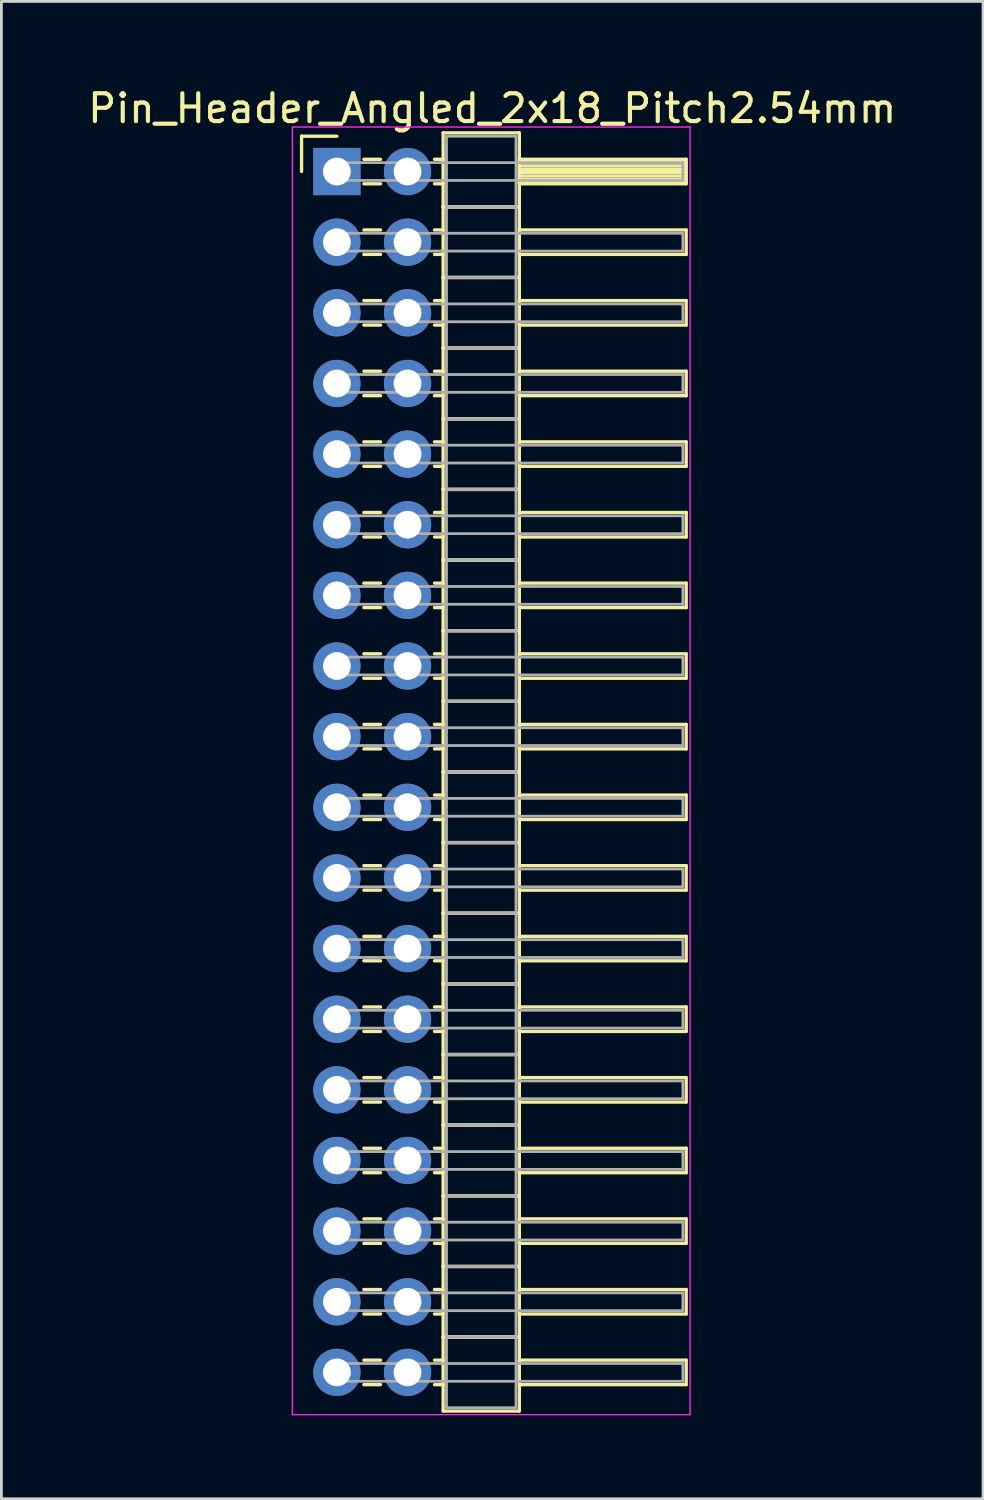
<source format=kicad_pcb>
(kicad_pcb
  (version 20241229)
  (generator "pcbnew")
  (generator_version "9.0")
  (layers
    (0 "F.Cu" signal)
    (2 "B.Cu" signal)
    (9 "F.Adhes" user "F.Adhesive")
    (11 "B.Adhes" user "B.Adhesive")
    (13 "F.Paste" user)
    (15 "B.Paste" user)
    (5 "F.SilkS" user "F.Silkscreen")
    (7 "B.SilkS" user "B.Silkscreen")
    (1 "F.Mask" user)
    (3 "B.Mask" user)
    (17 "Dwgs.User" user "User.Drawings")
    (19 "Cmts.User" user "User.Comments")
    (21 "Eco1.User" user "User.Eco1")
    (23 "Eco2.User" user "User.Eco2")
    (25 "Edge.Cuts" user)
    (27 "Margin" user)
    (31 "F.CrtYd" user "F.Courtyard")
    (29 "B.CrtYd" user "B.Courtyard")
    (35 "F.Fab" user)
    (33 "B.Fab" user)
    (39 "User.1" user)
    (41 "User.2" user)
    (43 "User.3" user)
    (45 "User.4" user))
  (footprint "Pin_Header_Angled_2x18_Pitch2.54mm"
    (layer "F.Cu")
    (at 9.064 3.118)
    (property "Reference" "Pin_Header_Angled_2x18_Pitch2.54mm" (at 5.585 -2.27 0) (layer "F.SilkS") (effects (font (size 1 1) (thickness 0.15))))
    (attr through_hole)
    (fp_line (start -1.27 -1.27) (end 0 -1.27) (stroke (width 0.12) (type solid)) (layer "F.SilkS"))
    (fp_line (start -1.27 0) (end -1.27 -1.27) (stroke (width 0.12) (type solid)) (layer "F.SilkS"))
    (fp_line (start 0.97 -0.44) (end 1.57 -0.44) (stroke (width 0.12) (type solid)) (layer "F.SilkS"))
    (fp_line (start 0.97 0.44) (end 1.57 0.44) (stroke (width 0.12) (type solid)) (layer "F.SilkS"))
    (fp_line (start 0.97 2.1) (end 1.57 2.1) (stroke (width 0.12) (type solid)) (layer "F.SilkS"))
    (fp_line (start 0.97 2.98) (end 1.57 2.98) (stroke (width 0.12) (type solid)) (layer "F.SilkS"))
    (fp_line (start 0.97 4.64) (end 1.57 4.64) (stroke (width 0.12) (type solid)) (layer "F.SilkS"))
    (fp_line (start 0.97 5.52) (end 1.57 5.52) (stroke (width 0.12) (type solid)) (layer "F.SilkS"))
    (fp_line (start 0.97 7.18) (end 1.57 7.18) (stroke (width 0.12) (type solid)) (layer "F.SilkS"))
    (fp_line (start 0.97 8.06) (end 1.57 8.06) (stroke (width 0.12) (type solid)) (layer "F.SilkS"))
    (fp_line (start 0.97 9.72) (end 1.57 9.72) (stroke (width 0.12) (type solid)) (layer "F.SilkS"))
    (fp_line (start 0.97 10.6) (end 1.57 10.6) (stroke (width 0.12) (type solid)) (layer "F.SilkS"))
    (fp_line (start 0.97 12.26) (end 1.57 12.26) (stroke (width 0.12) (type solid)) (layer "F.SilkS"))
    (fp_line (start 0.97 13.14) (end 1.57 13.14) (stroke (width 0.12) (type solid)) (layer "F.SilkS"))
    (fp_line (start 0.97 14.8) (end 1.57 14.8) (stroke (width 0.12) (type solid)) (layer "F.SilkS"))
    (fp_line (start 0.97 15.68) (end 1.57 15.68) (stroke (width 0.12) (type solid)) (layer "F.SilkS"))
    (fp_line (start 0.97 17.34) (end 1.57 17.34) (stroke (width 0.12) (type solid)) (layer "F.SilkS"))
    (fp_line (start 0.97 18.22) (end 1.57 18.22) (stroke (width 0.12) (type solid)) (layer "F.SilkS"))
    (fp_line (start 0.97 19.88) (end 1.57 19.88) (stroke (width 0.12) (type solid)) (layer "F.SilkS"))
    (fp_line (start 0.97 20.76) (end 1.57 20.76) (stroke (width 0.12) (type solid)) (layer "F.SilkS"))
    (fp_line (start 0.97 22.42) (end 1.57 22.42) (stroke (width 0.12) (type solid)) (layer "F.SilkS"))
    (fp_line (start 0.97 23.3) (end 1.57 23.3) (stroke (width 0.12) (type solid)) (layer "F.SilkS"))
    (fp_line (start 0.97 24.96) (end 1.57 24.96) (stroke (width 0.12) (type solid)) (layer "F.SilkS"))
    (fp_line (start 0.97 25.84) (end 1.57 25.84) (stroke (width 0.12) (type solid)) (layer "F.SilkS"))
    (fp_line (start 0.97 27.5) (end 1.57 27.5) (stroke (width 0.12) (type solid)) (layer "F.SilkS"))
    (fp_line (start 0.97 28.38) (end 1.57 28.38) (stroke (width 0.12) (type solid)) (layer "F.SilkS"))
    (fp_line (start 0.97 30.04) (end 1.57 30.04) (stroke (width 0.12) (type solid)) (layer "F.SilkS"))
    (fp_line (start 0.97 30.92) (end 1.57 30.92) (stroke (width 0.12) (type solid)) (layer "F.SilkS"))
    (fp_line (start 0.97 32.58) (end 1.57 32.58) (stroke (width 0.12) (type solid)) (layer "F.SilkS"))
    (fp_line (start 0.97 33.46) (end 1.57 33.46) (stroke (width 0.12) (type solid)) (layer "F.SilkS"))
    (fp_line (start 0.97 35.12) (end 1.57 35.12) (stroke (width 0.12) (type solid)) (layer "F.SilkS"))
    (fp_line (start 0.97 36) (end 1.57 36) (stroke (width 0.12) (type solid)) (layer "F.SilkS"))
    (fp_line (start 0.97 37.66) (end 1.57 37.66) (stroke (width 0.12) (type solid)) (layer "F.SilkS"))
    (fp_line (start 0.97 38.54) (end 1.57 38.54) (stroke (width 0.12) (type solid)) (layer "F.SilkS"))
    (fp_line (start 0.97 40.2) (end 1.57 40.2) (stroke (width 0.12) (type solid)) (layer "F.SilkS"))
    (fp_line (start 0.97 41.08) (end 1.57 41.08) (stroke (width 0.12) (type solid)) (layer "F.SilkS"))
    (fp_line (start 0.97 42.74) (end 1.57 42.74) (stroke (width 0.12) (type solid)) (layer "F.SilkS"))
    (fp_line (start 0.97 43.62) (end 1.57 43.62) (stroke (width 0.12) (type solid)) (layer "F.SilkS"))
    (fp_line (start 3.51 -0.44) (end 3.82 -0.44) (stroke (width 0.12) (type solid)) (layer "F.SilkS"))
    (fp_line (start 3.51 0.44) (end 3.82 0.44) (stroke (width 0.12) (type solid)) (layer "F.SilkS"))
    (fp_line (start 3.51 2.1) (end 3.82 2.1) (stroke (width 0.12) (type solid)) (layer "F.SilkS"))
    (fp_line (start 3.51 2.98) (end 3.82 2.98) (stroke (width 0.12) (type solid)) (layer "F.SilkS"))
    (fp_line (start 3.51 4.64) (end 3.82 4.64) (stroke (width 0.12) (type solid)) (layer "F.SilkS"))
    (fp_line (start 3.51 5.52) (end 3.82 5.52) (stroke (width 0.12) (type solid)) (layer "F.SilkS"))
    (fp_line (start 3.51 7.18) (end 3.82 7.18) (stroke (width 0.12) (type solid)) (layer "F.SilkS"))
    (fp_line (start 3.51 8.06) (end 3.82 8.06) (stroke (width 0.12) (type solid)) (layer "F.SilkS"))
    (fp_line (start 3.51 9.72) (end 3.82 9.72) (stroke (width 0.12) (type solid)) (layer "F.SilkS"))
    (fp_line (start 3.51 10.6) (end 3.82 10.6) (stroke (width 0.12) (type solid)) (layer "F.SilkS"))
    (fp_line (start 3.51 12.26) (end 3.82 12.26) (stroke (width 0.12) (type solid)) (layer "F.SilkS"))
    (fp_line (start 3.51 13.14) (end 3.82 13.14) (stroke (width 0.12) (type solid)) (layer "F.SilkS"))
    (fp_line (start 3.51 14.8) (end 3.82 14.8) (stroke (width 0.12) (type solid)) (layer "F.SilkS"))
    (fp_line (start 3.51 15.68) (end 3.82 15.68) (stroke (width 0.12) (type solid)) (layer "F.SilkS"))
    (fp_line (start 3.51 17.34) (end 3.82 17.34) (stroke (width 0.12) (type solid)) (layer "F.SilkS"))
    (fp_line (start 3.51 18.22) (end 3.82 18.22) (stroke (width 0.12) (type solid)) (layer "F.SilkS"))
    (fp_line (start 3.51 19.88) (end 3.82 19.88) (stroke (width 0.12) (type solid)) (layer "F.SilkS"))
    (fp_line (start 3.51 20.76) (end 3.82 20.76) (stroke (width 0.12) (type solid)) (layer "F.SilkS"))
    (fp_line (start 3.51 22.42) (end 3.82 22.42) (stroke (width 0.12) (type solid)) (layer "F.SilkS"))
    (fp_line (start 3.51 23.3) (end 3.82 23.3) (stroke (width 0.12) (type solid)) (layer "F.SilkS"))
    (fp_line (start 3.51 24.96) (end 3.82 24.96) (stroke (width 0.12) (type solid)) (layer "F.SilkS"))
    (fp_line (start 3.51 25.84) (end 3.82 25.84) (stroke (width 0.12) (type solid)) (layer "F.SilkS"))
    (fp_line (start 3.51 27.5) (end 3.82 27.5) (stroke (width 0.12) (type solid)) (layer "F.SilkS"))
    (fp_line (start 3.51 28.38) (end 3.82 28.38) (stroke (width 0.12) (type solid)) (layer "F.SilkS"))
    (fp_line (start 3.51 30.04) (end 3.82 30.04) (stroke (width 0.12) (type solid)) (layer "F.SilkS"))
    (fp_line (start 3.51 30.92) (end 3.82 30.92) (stroke (width 0.12) (type solid)) (layer "F.SilkS"))
    (fp_line (start 3.51 32.58) (end 3.82 32.58) (stroke (width 0.12) (type solid)) (layer "F.SilkS"))
    (fp_line (start 3.51 33.46) (end 3.82 33.46) (stroke (width 0.12) (type solid)) (layer "F.SilkS"))
    (fp_line (start 3.51 35.12) (end 3.82 35.12) (stroke (width 0.12) (type solid)) (layer "F.SilkS"))
    (fp_line (start 3.51 36) (end 3.82 36) (stroke (width 0.12) (type solid)) (layer "F.SilkS"))
    (fp_line (start 3.51 37.66) (end 3.82 37.66) (stroke (width 0.12) (type solid)) (layer "F.SilkS"))
    (fp_line (start 3.51 38.54) (end 3.82 38.54) (stroke (width 0.12) (type solid)) (layer "F.SilkS"))
    (fp_line (start 3.51 40.2) (end 3.82 40.2) (stroke (width 0.12) (type solid)) (layer "F.SilkS"))
    (fp_line (start 3.51 41.08) (end 3.82 41.08) (stroke (width 0.12) (type solid)) (layer "F.SilkS"))
    (fp_line (start 3.51 42.74) (end 3.82 42.74) (stroke (width 0.12) (type solid)) (layer "F.SilkS"))
    (fp_line (start 3.51 43.62) (end 3.82 43.62) (stroke (width 0.12) (type solid)) (layer "F.SilkS"))
    (fp_line (start 3.82 -1.39) (end 3.82 1.27) (stroke (width 0.12) (type solid)) (layer "F.SilkS"))
    (fp_line (start 3.82 1.27) (end 3.82 3.81) (stroke (width 0.12) (type solid)) (layer "F.SilkS"))
    (fp_line (start 3.82 1.27) (end 6.56 1.27) (stroke (width 0.12) (type solid)) (layer "F.SilkS"))
    (fp_line (start 3.82 3.81) (end 3.82 6.35) (stroke (width 0.12) (type solid)) (layer "F.SilkS"))
    (fp_line (start 3.82 3.81) (end 6.56 3.81) (stroke (width 0.12) (type solid)) (layer "F.SilkS"))
    (fp_line (start 3.82 6.35) (end 3.82 8.89) (stroke (width 0.12) (type solid)) (layer "F.SilkS"))
    (fp_line (start 3.82 6.35) (end 6.56 6.35) (stroke (width 0.12) (type solid)) (layer "F.SilkS"))
    (fp_line (start 3.82 8.89) (end 3.82 11.43) (stroke (width 0.12) (type solid)) (layer "F.SilkS"))
    (fp_line (start 3.82 8.89) (end 6.56 8.89) (stroke (width 0.12) (type solid)) (layer "F.SilkS"))
    (fp_line (start 3.82 11.43) (end 3.82 13.97) (stroke (width 0.12) (type solid)) (layer "F.SilkS"))
    (fp_line (start 3.82 11.43) (end 6.56 11.43) (stroke (width 0.12) (type solid)) (layer "F.SilkS"))
    (fp_line (start 3.82 13.97) (end 3.82 16.51) (stroke (width 0.12) (type solid)) (layer "F.SilkS"))
    (fp_line (start 3.82 13.97) (end 6.56 13.97) (stroke (width 0.12) (type solid)) (layer "F.SilkS"))
    (fp_line (start 3.82 16.51) (end 3.82 19.05) (stroke (width 0.12) (type solid)) (layer "F.SilkS"))
    (fp_line (start 3.82 16.51) (end 6.56 16.51) (stroke (width 0.12) (type solid)) (layer "F.SilkS"))
    (fp_line (start 3.82 19.05) (end 3.82 21.59) (stroke (width 0.12) (type solid)) (layer "F.SilkS"))
    (fp_line (start 3.82 19.05) (end 6.56 19.05) (stroke (width 0.12) (type solid)) (layer "F.SilkS"))
    (fp_line (start 3.82 21.59) (end 3.82 24.13) (stroke (width 0.12) (type solid)) (layer "F.SilkS"))
    (fp_line (start 3.82 21.59) (end 6.56 21.59) (stroke (width 0.12) (type solid)) (layer "F.SilkS"))
    (fp_line (start 3.82 24.13) (end 3.82 26.67) (stroke (width 0.12) (type solid)) (layer "F.SilkS"))
    (fp_line (start 3.82 24.13) (end 6.56 24.13) (stroke (width 0.12) (type solid)) (layer "F.SilkS"))
    (fp_line (start 3.82 26.67) (end 3.82 29.21) (stroke (width 0.12) (type solid)) (layer "F.SilkS"))
    (fp_line (start 3.82 26.67) (end 6.56 26.67) (stroke (width 0.12) (type solid)) (layer "F.SilkS"))
    (fp_line (start 3.82 29.21) (end 3.82 31.75) (stroke (width 0.12) (type solid)) (layer "F.SilkS"))
    (fp_line (start 3.82 29.21) (end 6.56 29.21) (stroke (width 0.12) (type solid)) (layer "F.SilkS"))
    (fp_line (start 3.82 31.75) (end 3.82 34.29) (stroke (width 0.12) (type solid)) (layer "F.SilkS"))
    (fp_line (start 3.82 31.75) (end 6.56 31.75) (stroke (width 0.12) (type solid)) (layer "F.SilkS"))
    (fp_line (start 3.82 34.29) (end 3.82 36.83) (stroke (width 0.12) (type solid)) (layer "F.SilkS"))
    (fp_line (start 3.82 34.29) (end 6.56 34.29) (stroke (width 0.12) (type solid)) (layer "F.SilkS"))
    (fp_line (start 3.82 36.83) (end 3.82 39.37) (stroke (width 0.12) (type solid)) (layer "F.SilkS"))
    (fp_line (start 3.82 36.83) (end 6.56 36.83) (stroke (width 0.12) (type solid)) (layer "F.SilkS"))
    (fp_line (start 3.82 39.37) (end 3.82 41.91) (stroke (width 0.12) (type solid)) (layer "F.SilkS"))
    (fp_line (start 3.82 39.37) (end 6.56 39.37) (stroke (width 0.12) (type solid)) (layer "F.SilkS"))
    (fp_line (start 3.82 41.91) (end 3.82 44.57) (stroke (width 0.12) (type solid)) (layer "F.SilkS"))
    (fp_line (start 3.82 41.91) (end 6.56 41.91) (stroke (width 0.12) (type solid)) (layer "F.SilkS"))
    (fp_line (start 3.82 44.57) (end 6.56 44.57) (stroke (width 0.12) (type solid)) (layer "F.SilkS"))
    (fp_line (start 6.56 -1.39) (end 3.82 -1.39) (stroke (width 0.12) (type solid)) (layer "F.SilkS"))
    (fp_line (start 6.56 -0.44) (end 6.56 0.44) (stroke (width 0.12) (type solid)) (layer "F.SilkS"))
    (fp_line (start 6.56 -0.32) (end 12.56 -0.32) (stroke (width 0.12) (type solid)) (layer "F.SilkS"))
    (fp_line (start 6.56 -0.2) (end 12.56 -0.2) (stroke (width 0.12) (type solid)) (layer "F.SilkS"))
    (fp_line (start 6.56 -0.08) (end 12.56 -0.08) (stroke (width 0.12) (type solid)) (layer "F.SilkS"))
    (fp_line (start 6.56 0.04) (end 12.56 0.04) (stroke (width 0.12) (type solid)) (layer "F.SilkS"))
    (fp_line (start 6.56 0.16) (end 12.56 0.16) (stroke (width 0.12) (type solid)) (layer "F.SilkS"))
    (fp_line (start 6.56 0.28) (end 12.56 0.28) (stroke (width 0.12) (type solid)) (layer "F.SilkS"))
    (fp_line (start 6.56 0.4) (end 12.56 0.4) (stroke (width 0.12) (type solid)) (layer "F.SilkS"))
    (fp_line (start 6.56 0.44) (end 12.56 0.44) (stroke (width 0.12) (type solid)) (layer "F.SilkS"))
    (fp_line (start 6.56 1.27) (end 3.82 1.27) (stroke (width 0.12) (type solid)) (layer "F.SilkS"))
    (fp_line (start 6.56 1.27) (end 6.56 -1.39) (stroke (width 0.12) (type solid)) (layer "F.SilkS"))
    (fp_line (start 6.56 2.1) (end 6.56 2.98) (stroke (width 0.12) (type solid)) (layer "F.SilkS"))
    (fp_line (start 6.56 2.98) (end 12.56 2.98) (stroke (width 0.12) (type solid)) (layer "F.SilkS"))
    (fp_line (start 6.56 3.81) (end 3.82 3.81) (stroke (width 0.12) (type solid)) (layer "F.SilkS"))
    (fp_line (start 6.56 3.81) (end 6.56 1.27) (stroke (width 0.12) (type solid)) (layer "F.SilkS"))
    (fp_line (start 6.56 4.64) (end 6.56 5.52) (stroke (width 0.12) (type solid)) (layer "F.SilkS"))
    (fp_line (start 6.56 5.52) (end 12.56 5.52) (stroke (width 0.12) (type solid)) (layer "F.SilkS"))
    (fp_line (start 6.56 6.35) (end 3.82 6.35) (stroke (width 0.12) (type solid)) (layer "F.SilkS"))
    (fp_line (start 6.56 6.35) (end 6.56 3.81) (stroke (width 0.12) (type solid)) (layer "F.SilkS"))
    (fp_line (start 6.56 7.18) (end 6.56 8.06) (stroke (width 0.12) (type solid)) (layer "F.SilkS"))
    (fp_line (start 6.56 8.06) (end 12.56 8.06) (stroke (width 0.12) (type solid)) (layer "F.SilkS"))
    (fp_line (start 6.56 8.89) (end 3.82 8.89) (stroke (width 0.12) (type solid)) (layer "F.SilkS"))
    (fp_line (start 6.56 8.89) (end 6.56 6.35) (stroke (width 0.12) (type solid)) (layer "F.SilkS"))
    (fp_line (start 6.56 9.72) (end 6.56 10.6) (stroke (width 0.12) (type solid)) (layer "F.SilkS"))
    (fp_line (start 6.56 10.6) (end 12.56 10.6) (stroke (width 0.12) (type solid)) (layer "F.SilkS"))
    (fp_line (start 6.56 11.43) (end 3.82 11.43) (stroke (width 0.12) (type solid)) (layer "F.SilkS"))
    (fp_line (start 6.56 11.43) (end 6.56 8.89) (stroke (width 0.12) (type solid)) (layer "F.SilkS"))
    (fp_line (start 6.56 12.26) (end 6.56 13.14) (stroke (width 0.12) (type solid)) (layer "F.SilkS"))
    (fp_line (start 6.56 13.14) (end 12.56 13.14) (stroke (width 0.12) (type solid)) (layer "F.SilkS"))
    (fp_line (start 6.56 13.97) (end 3.82 13.97) (stroke (width 0.12) (type solid)) (layer "F.SilkS"))
    (fp_line (start 6.56 13.97) (end 6.56 11.43) (stroke (width 0.12) (type solid)) (layer "F.SilkS"))
    (fp_line (start 6.56 14.8) (end 6.56 15.68) (stroke (width 0.12) (type solid)) (layer "F.SilkS"))
    (fp_line (start 6.56 15.68) (end 12.56 15.68) (stroke (width 0.12) (type solid)) (layer "F.SilkS"))
    (fp_line (start 6.56 16.51) (end 3.82 16.51) (stroke (width 0.12) (type solid)) (layer "F.SilkS"))
    (fp_line (start 6.56 16.51) (end 6.56 13.97) (stroke (width 0.12) (type solid)) (layer "F.SilkS"))
    (fp_line (start 6.56 17.34) (end 6.56 18.22) (stroke (width 0.12) (type solid)) (layer "F.SilkS"))
    (fp_line (start 6.56 18.22) (end 12.56 18.22) (stroke (width 0.12) (type solid)) (layer "F.SilkS"))
    (fp_line (start 6.56 19.05) (end 3.82 19.05) (stroke (width 0.12) (type solid)) (layer "F.SilkS"))
    (fp_line (start 6.56 19.05) (end 6.56 16.51) (stroke (width 0.12) (type solid)) (layer "F.SilkS"))
    (fp_line (start 6.56 19.88) (end 6.56 20.76) (stroke (width 0.12) (type solid)) (layer "F.SilkS"))
    (fp_line (start 6.56 20.76) (end 12.56 20.76) (stroke (width 0.12) (type solid)) (layer "F.SilkS"))
    (fp_line (start 6.56 21.59) (end 3.82 21.59) (stroke (width 0.12) (type solid)) (layer "F.SilkS"))
    (fp_line (start 6.56 21.59) (end 6.56 19.05) (stroke (width 0.12) (type solid)) (layer "F.SilkS"))
    (fp_line (start 6.56 22.42) (end 6.56 23.3) (stroke (width 0.12) (type solid)) (layer "F.SilkS"))
    (fp_line (start 6.56 23.3) (end 12.56 23.3) (stroke (width 0.12) (type solid)) (layer "F.SilkS"))
    (fp_line (start 6.56 24.13) (end 3.82 24.13) (stroke (width 0.12) (type solid)) (layer "F.SilkS"))
    (fp_line (start 6.56 24.13) (end 6.56 21.59) (stroke (width 0.12) (type solid)) (layer "F.SilkS"))
    (fp_line (start 6.56 24.96) (end 6.56 25.84) (stroke (width 0.12) (type solid)) (layer "F.SilkS"))
    (fp_line (start 6.56 25.84) (end 12.56 25.84) (stroke (width 0.12) (type solid)) (layer "F.SilkS"))
    (fp_line (start 6.56 26.67) (end 3.82 26.67) (stroke (width 0.12) (type solid)) (layer "F.SilkS"))
    (fp_line (start 6.56 26.67) (end 6.56 24.13) (stroke (width 0.12) (type solid)) (layer "F.SilkS"))
    (fp_line (start 6.56 27.5) (end 6.56 28.38) (stroke (width 0.12) (type solid)) (layer "F.SilkS"))
    (fp_line (start 6.56 28.38) (end 12.56 28.38) (stroke (width 0.12) (type solid)) (layer "F.SilkS"))
    (fp_line (start 6.56 29.21) (end 3.82 29.21) (stroke (width 0.12) (type solid)) (layer "F.SilkS"))
    (fp_line (start 6.56 29.21) (end 6.56 26.67) (stroke (width 0.12) (type solid)) (layer "F.SilkS"))
    (fp_line (start 6.56 30.04) (end 6.56 30.92) (stroke (width 0.12) (type solid)) (layer "F.SilkS"))
    (fp_line (start 6.56 30.92) (end 12.56 30.92) (stroke (width 0.12) (type solid)) (layer "F.SilkS"))
    (fp_line (start 6.56 31.75) (end 3.82 31.75) (stroke (width 0.12) (type solid)) (layer "F.SilkS"))
    (fp_line (start 6.56 31.75) (end 6.56 29.21) (stroke (width 0.12) (type solid)) (layer "F.SilkS"))
    (fp_line (start 6.56 32.58) (end 6.56 33.46) (stroke (width 0.12) (type solid)) (layer "F.SilkS"))
    (fp_line (start 6.56 33.46) (end 12.56 33.46) (stroke (width 0.12) (type solid)) (layer "F.SilkS"))
    (fp_line (start 6.56 34.29) (end 3.82 34.29) (stroke (width 0.12) (type solid)) (layer "F.SilkS"))
    (fp_line (start 6.56 34.29) (end 6.56 31.75) (stroke (width 0.12) (type solid)) (layer "F.SilkS"))
    (fp_line (start 6.56 35.12) (end 6.56 36) (stroke (width 0.12) (type solid)) (layer "F.SilkS"))
    (fp_line (start 6.56 36) (end 12.56 36) (stroke (width 0.12) (type solid)) (layer "F.SilkS"))
    (fp_line (start 6.56 36.83) (end 3.82 36.83) (stroke (width 0.12) (type solid)) (layer "F.SilkS"))
    (fp_line (start 6.56 36.83) (end 6.56 34.29) (stroke (width 0.12) (type solid)) (layer "F.SilkS"))
    (fp_line (start 6.56 37.66) (end 6.56 38.54) (stroke (width 0.12) (type solid)) (layer "F.SilkS"))
    (fp_line (start 6.56 38.54) (end 12.56 38.54) (stroke (width 0.12) (type solid)) (layer "F.SilkS"))
    (fp_line (start 6.56 39.37) (end 3.82 39.37) (stroke (width 0.12) (type solid)) (layer "F.SilkS"))
    (fp_line (start 6.56 39.37) (end 6.56 36.83) (stroke (width 0.12) (type solid)) (layer "F.SilkS"))
    (fp_line (start 6.56 40.2) (end 6.56 41.08) (stroke (width 0.12) (type solid)) (layer "F.SilkS"))
    (fp_line (start 6.56 41.08) (end 12.56 41.08) (stroke (width 0.12) (type solid)) (layer "F.SilkS"))
    (fp_line (start 6.56 41.91) (end 3.82 41.91) (stroke (width 0.12) (type solid)) (layer "F.SilkS"))
    (fp_line (start 6.56 41.91) (end 6.56 39.37) (stroke (width 0.12) (type solid)) (layer "F.SilkS"))
    (fp_line (start 6.56 42.74) (end 6.56 43.62) (stroke (width 0.12) (type solid)) (layer "F.SilkS"))
    (fp_line (start 6.56 43.62) (end 12.56 43.62) (stroke (width 0.12) (type solid)) (layer "F.SilkS"))
    (fp_line (start 6.56 44.57) (end 6.56 41.91) (stroke (width 0.12) (type solid)) (layer "F.SilkS"))
    (fp_line (start 12.56 -0.44) (end 6.56 -0.44) (stroke (width 0.12) (type solid)) (layer "F.SilkS"))
    (fp_line (start 12.56 0.44) (end 12.56 -0.44) (stroke (width 0.12) (type solid)) (layer "F.SilkS"))
    (fp_line (start 12.56 2.1) (end 6.56 2.1) (stroke (width 0.12) (type solid)) (layer "F.SilkS"))
    (fp_line (start 12.56 2.98) (end 12.56 2.1) (stroke (width 0.12) (type solid)) (layer "F.SilkS"))
    (fp_line (start 12.56 4.64) (end 6.56 4.64) (stroke (width 0.12) (type solid)) (layer "F.SilkS"))
    (fp_line (start 12.56 5.52) (end 12.56 4.64) (stroke (width 0.12) (type solid)) (layer "F.SilkS"))
    (fp_line (start 12.56 7.18) (end 6.56 7.18) (stroke (width 0.12) (type solid)) (layer "F.SilkS"))
    (fp_line (start 12.56 8.06) (end 12.56 7.18) (stroke (width 0.12) (type solid)) (layer "F.SilkS"))
    (fp_line (start 12.56 9.72) (end 6.56 9.72) (stroke (width 0.12) (type solid)) (layer "F.SilkS"))
    (fp_line (start 12.56 10.6) (end 12.56 9.72) (stroke (width 0.12) (type solid)) (layer "F.SilkS"))
    (fp_line (start 12.56 12.26) (end 6.56 12.26) (stroke (width 0.12) (type solid)) (layer "F.SilkS"))
    (fp_line (start 12.56 13.14) (end 12.56 12.26) (stroke (width 0.12) (type solid)) (layer "F.SilkS"))
    (fp_line (start 12.56 14.8) (end 6.56 14.8) (stroke (width 0.12) (type solid)) (layer "F.SilkS"))
    (fp_line (start 12.56 15.68) (end 12.56 14.8) (stroke (width 0.12) (type solid)) (layer "F.SilkS"))
    (fp_line (start 12.56 17.34) (end 6.56 17.34) (stroke (width 0.12) (type solid)) (layer "F.SilkS"))
    (fp_line (start 12.56 18.22) (end 12.56 17.34) (stroke (width 0.12) (type solid)) (layer "F.SilkS"))
    (fp_line (start 12.56 19.88) (end 6.56 19.88) (stroke (width 0.12) (type solid)) (layer "F.SilkS"))
    (fp_line (start 12.56 20.76) (end 12.56 19.88) (stroke (width 0.12) (type solid)) (layer "F.SilkS"))
    (fp_line (start 12.56 22.42) (end 6.56 22.42) (stroke (width 0.12) (type solid)) (layer "F.SilkS"))
    (fp_line (start 12.56 23.3) (end 12.56 22.42) (stroke (width 0.12) (type solid)) (layer "F.SilkS"))
    (fp_line (start 12.56 24.96) (end 6.56 24.96) (stroke (width 0.12) (type solid)) (layer "F.SilkS"))
    (fp_line (start 12.56 25.84) (end 12.56 24.96) (stroke (width 0.12) (type solid)) (layer "F.SilkS"))
    (fp_line (start 12.56 27.5) (end 6.56 27.5) (stroke (width 0.12) (type solid)) (layer "F.SilkS"))
    (fp_line (start 12.56 28.38) (end 12.56 27.5) (stroke (width 0.12) (type solid)) (layer "F.SilkS"))
    (fp_line (start 12.56 30.04) (end 6.56 30.04) (stroke (width 0.12) (type solid)) (layer "F.SilkS"))
    (fp_line (start 12.56 30.92) (end 12.56 30.04) (stroke (width 0.12) (type solid)) (layer "F.SilkS"))
    (fp_line (start 12.56 32.58) (end 6.56 32.58) (stroke (width 0.12) (type solid)) (layer "F.SilkS"))
    (fp_line (start 12.56 33.46) (end 12.56 32.58) (stroke (width 0.12) (type solid)) (layer "F.SilkS"))
    (fp_line (start 12.56 35.12) (end 6.56 35.12) (stroke (width 0.12) (type solid)) (layer "F.SilkS"))
    (fp_line (start 12.56 36) (end 12.56 35.12) (stroke (width 0.12) (type solid)) (layer "F.SilkS"))
    (fp_line (start 12.56 37.66) (end 6.56 37.66) (stroke (width 0.12) (type solid)) (layer "F.SilkS"))
    (fp_line (start 12.56 38.54) (end 12.56 37.66) (stroke (width 0.12) (type solid)) (layer "F.SilkS"))
    (fp_line (start 12.56 40.2) (end 6.56 40.2) (stroke (width 0.12) (type solid)) (layer "F.SilkS"))
    (fp_line (start 12.56 41.08) (end 12.56 40.2) (stroke (width 0.12) (type solid)) (layer "F.SilkS"))
    (fp_line (start 12.56 42.74) (end 6.56 42.74) (stroke (width 0.12) (type solid)) (layer "F.SilkS"))
    (fp_line (start 12.56 43.62) (end 12.56 42.74) (stroke (width 0.12) (type solid)) (layer "F.SilkS"))
    (fp_line (start -1.6 -1.6) (end -1.6 44.7) (stroke (width 0.05) (type solid)) (layer "F.CrtYd"))
    (fp_line (start -1.6 44.7) (end 12.7 44.7) (stroke (width 0.05) (type solid)) (layer "F.CrtYd"))
    (fp_line (start 12.7 -1.6) (end -1.6 -1.6) (stroke (width 0.05) (type solid)) (layer "F.CrtYd"))
    (fp_line (start 12.7 44.7) (end 12.7 -1.6) (stroke (width 0.05) (type solid)) (layer "F.CrtYd"))
    (fp_line (start 0 -0.32) (end 0 0.32) (stroke (width 0.1) (type solid)) (layer "F.Fab"))
    (fp_line (start 0 0.32) (end 12.44 0.32) (stroke (width 0.1) (type solid)) (layer "F.Fab"))
    (fp_line (start 0 2.22) (end 0 2.86) (stroke (width 0.1) (type solid)) (layer "F.Fab"))
    (fp_line (start 0 2.86) (end 12.44 2.86) (stroke (width 0.1) (type solid)) (layer "F.Fab"))
    (fp_line (start 0 4.76) (end 0 5.4) (stroke (width 0.1) (type solid)) (layer "F.Fab"))
    (fp_line (start 0 5.4) (end 12.44 5.4) (stroke (width 0.1) (type solid)) (layer "F.Fab"))
    (fp_line (start 0 7.3) (end 0 7.94) (stroke (width 0.1) (type solid)) (layer "F.Fab"))
    (fp_line (start 0 7.94) (end 12.44 7.94) (stroke (width 0.1) (type solid)) (layer "F.Fab"))
    (fp_line (start 0 9.84) (end 0 10.48) (stroke (width 0.1) (type solid)) (layer "F.Fab"))
    (fp_line (start 0 10.48) (end 12.44 10.48) (stroke (width 0.1) (type solid)) (layer "F.Fab"))
    (fp_line (start 0 12.38) (end 0 13.02) (stroke (width 0.1) (type solid)) (layer "F.Fab"))
    (fp_line (start 0 13.02) (end 12.44 13.02) (stroke (width 0.1) (type solid)) (layer "F.Fab"))
    (fp_line (start 0 14.92) (end 0 15.56) (stroke (width 0.1) (type solid)) (layer "F.Fab"))
    (fp_line (start 0 15.56) (end 12.44 15.56) (stroke (width 0.1) (type solid)) (layer "F.Fab"))
    (fp_line (start 0 17.46) (end 0 18.1) (stroke (width 0.1) (type solid)) (layer "F.Fab"))
    (fp_line (start 0 18.1) (end 12.44 18.1) (stroke (width 0.1) (type solid)) (layer "F.Fab"))
    (fp_line (start 0 20) (end 0 20.64) (stroke (width 0.1) (type solid)) (layer "F.Fab"))
    (fp_line (start 0 20.64) (end 12.44 20.64) (stroke (width 0.1) (type solid)) (layer "F.Fab"))
    (fp_line (start 0 22.54) (end 0 23.18) (stroke (width 0.1) (type solid)) (layer "F.Fab"))
    (fp_line (start 0 23.18) (end 12.44 23.18) (stroke (width 0.1) (type solid)) (layer "F.Fab"))
    (fp_line (start 0 25.08) (end 0 25.72) (stroke (width 0.1) (type solid)) (layer "F.Fab"))
    (fp_line (start 0 25.72) (end 12.44 25.72) (stroke (width 0.1) (type solid)) (layer "F.Fab"))
    (fp_line (start 0 27.62) (end 0 28.26) (stroke (width 0.1) (type solid)) (layer "F.Fab"))
    (fp_line (start 0 28.26) (end 12.44 28.26) (stroke (width 0.1) (type solid)) (layer "F.Fab"))
    (fp_line (start 0 30.16) (end 0 30.8) (stroke (width 0.1) (type solid)) (layer "F.Fab"))
    (fp_line (start 0 30.8) (end 12.44 30.8) (stroke (width 0.1) (type solid)) (layer "F.Fab"))
    (fp_line (start 0 32.7) (end 0 33.34) (stroke (width 0.1) (type solid)) (layer "F.Fab"))
    (fp_line (start 0 33.34) (end 12.44 33.34) (stroke (width 0.1) (type solid)) (layer "F.Fab"))
    (fp_line (start 0 35.24) (end 0 35.88) (stroke (width 0.1) (type solid)) (layer "F.Fab"))
    (fp_line (start 0 35.88) (end 12.44 35.88) (stroke (width 0.1) (type solid)) (layer "F.Fab"))
    (fp_line (start 0 37.78) (end 0 38.42) (stroke (width 0.1) (type solid)) (layer "F.Fab"))
    (fp_line (start 0 38.42) (end 12.44 38.42) (stroke (width 0.1) (type solid)) (layer "F.Fab"))
    (fp_line (start 0 40.32) (end 0 40.96) (stroke (width 0.1) (type solid)) (layer "F.Fab"))
    (fp_line (start 0 40.96) (end 12.44 40.96) (stroke (width 0.1) (type solid)) (layer "F.Fab"))
    (fp_line (start 0 42.86) (end 0 43.5) (stroke (width 0.1) (type solid)) (layer "F.Fab"))
    (fp_line (start 0 43.5) (end 12.44 43.5) (stroke (width 0.1) (type solid)) (layer "F.Fab"))
    (fp_line (start 3.94 -1.27) (end 3.94 1.27) (stroke (width 0.1) (type solid)) (layer "F.Fab"))
    (fp_line (start 3.94 1.27) (end 3.94 3.81) (stroke (width 0.1) (type solid)) (layer "F.Fab"))
    (fp_line (start 3.94 1.27) (end 6.44 1.27) (stroke (width 0.1) (type solid)) (layer "F.Fab"))
    (fp_line (start 3.94 3.81) (end 3.94 6.35) (stroke (width 0.1) (type solid)) (layer "F.Fab"))
    (fp_line (start 3.94 3.81) (end 6.44 3.81) (stroke (width 0.1) (type solid)) (layer "F.Fab"))
    (fp_line (start 3.94 6.35) (end 3.94 8.89) (stroke (width 0.1) (type solid)) (layer "F.Fab"))
    (fp_line (start 3.94 6.35) (end 6.44 6.35) (stroke (width 0.1) (type solid)) (layer "F.Fab"))
    (fp_line (start 3.94 8.89) (end 3.94 11.43) (stroke (width 0.1) (type solid)) (layer "F.Fab"))
    (fp_line (start 3.94 8.89) (end 6.44 8.89) (stroke (width 0.1) (type solid)) (layer "F.Fab"))
    (fp_line (start 3.94 11.43) (end 3.94 13.97) (stroke (width 0.1) (type solid)) (layer "F.Fab"))
    (fp_line (start 3.94 11.43) (end 6.44 11.43) (stroke (width 0.1) (type solid)) (layer "F.Fab"))
    (fp_line (start 3.94 13.97) (end 3.94 16.51) (stroke (width 0.1) (type solid)) (layer "F.Fab"))
    (fp_line (start 3.94 13.97) (end 6.44 13.97) (stroke (width 0.1) (type solid)) (layer "F.Fab"))
    (fp_line (start 3.94 16.51) (end 3.94 19.05) (stroke (width 0.1) (type solid)) (layer "F.Fab"))
    (fp_line (start 3.94 16.51) (end 6.44 16.51) (stroke (width 0.1) (type solid)) (layer "F.Fab"))
    (fp_line (start 3.94 19.05) (end 3.94 21.59) (stroke (width 0.1) (type solid)) (layer "F.Fab"))
    (fp_line (start 3.94 19.05) (end 6.44 19.05) (stroke (width 0.1) (type solid)) (layer "F.Fab"))
    (fp_line (start 3.94 21.59) (end 3.94 24.13) (stroke (width 0.1) (type solid)) (layer "F.Fab"))
    (fp_line (start 3.94 21.59) (end 6.44 21.59) (stroke (width 0.1) (type solid)) (layer "F.Fab"))
    (fp_line (start 3.94 24.13) (end 3.94 26.67) (stroke (width 0.1) (type solid)) (layer "F.Fab"))
    (fp_line (start 3.94 24.13) (end 6.44 24.13) (stroke (width 0.1) (type solid)) (layer "F.Fab"))
    (fp_line (start 3.94 26.67) (end 3.94 29.21) (stroke (width 0.1) (type solid)) (layer "F.Fab"))
    (fp_line (start 3.94 26.67) (end 6.44 26.67) (stroke (width 0.1) (type solid)) (layer "F.Fab"))
    (fp_line (start 3.94 29.21) (end 3.94 31.75) (stroke (width 0.1) (type solid)) (layer "F.Fab"))
    (fp_line (start 3.94 29.21) (end 6.44 29.21) (stroke (width 0.1) (type solid)) (layer "F.Fab"))
    (fp_line (start 3.94 31.75) (end 3.94 34.29) (stroke (width 0.1) (type solid)) (layer "F.Fab"))
    (fp_line (start 3.94 31.75) (end 6.44 31.75) (stroke (width 0.1) (type solid)) (layer "F.Fab"))
    (fp_line (start 3.94 34.29) (end 3.94 36.83) (stroke (width 0.1) (type solid)) (layer "F.Fab"))
    (fp_line (start 3.94 34.29) (end 6.44 34.29) (stroke (width 0.1) (type solid)) (layer "F.Fab"))
    (fp_line (start 3.94 36.83) (end 3.94 39.37) (stroke (width 0.1) (type solid)) (layer "F.Fab"))
    (fp_line (start 3.94 36.83) (end 6.44 36.83) (stroke (width 0.1) (type solid)) (layer "F.Fab"))
    (fp_line (start 3.94 39.37) (end 3.94 41.91) (stroke (width 0.1) (type solid)) (layer "F.Fab"))
    (fp_line (start 3.94 39.37) (end 6.44 39.37) (stroke (width 0.1) (type solid)) (layer "F.Fab"))
    (fp_line (start 3.94 41.91) (end 3.94 44.45) (stroke (width 0.1) (type solid)) (layer "F.Fab"))
    (fp_line (start 3.94 41.91) (end 6.44 41.91) (stroke (width 0.1) (type solid)) (layer "F.Fab"))
    (fp_line (start 3.94 44.45) (end 6.44 44.45) (stroke (width 0.1) (type solid)) (layer "F.Fab"))
    (fp_line (start 6.44 -1.27) (end 3.94 -1.27) (stroke (width 0.1) (type solid)) (layer "F.Fab"))
    (fp_line (start 6.44 1.27) (end 3.94 1.27) (stroke (width 0.1) (type solid)) (layer "F.Fab"))
    (fp_line (start 6.44 1.27) (end 6.44 -1.27) (stroke (width 0.1) (type solid)) (layer "F.Fab"))
    (fp_line (start 6.44 3.81) (end 3.94 3.81) (stroke (width 0.1) (type solid)) (layer "F.Fab"))
    (fp_line (start 6.44 3.81) (end 6.44 1.27) (stroke (width 0.1) (type solid)) (layer "F.Fab"))
    (fp_line (start 6.44 6.35) (end 3.94 6.35) (stroke (width 0.1) (type solid)) (layer "F.Fab"))
    (fp_line (start 6.44 6.35) (end 6.44 3.81) (stroke (width 0.1) (type solid)) (layer "F.Fab"))
    (fp_line (start 6.44 8.89) (end 3.94 8.89) (stroke (width 0.1) (type solid)) (layer "F.Fab"))
    (fp_line (start 6.44 8.89) (end 6.44 6.35) (stroke (width 0.1) (type solid)) (layer "F.Fab"))
    (fp_line (start 6.44 11.43) (end 3.94 11.43) (stroke (width 0.1) (type solid)) (layer "F.Fab"))
    (fp_line (start 6.44 11.43) (end 6.44 8.89) (stroke (width 0.1) (type solid)) (layer "F.Fab"))
    (fp_line (start 6.44 13.97) (end 3.94 13.97) (stroke (width 0.1) (type solid)) (layer "F.Fab"))
    (fp_line (start 6.44 13.97) (end 6.44 11.43) (stroke (width 0.1) (type solid)) (layer "F.Fab"))
    (fp_line (start 6.44 16.51) (end 3.94 16.51) (stroke (width 0.1) (type solid)) (layer "F.Fab"))
    (fp_line (start 6.44 16.51) (end 6.44 13.97) (stroke (width 0.1) (type solid)) (layer "F.Fab"))
    (fp_line (start 6.44 19.05) (end 3.94 19.05) (stroke (width 0.1) (type solid)) (layer "F.Fab"))
    (fp_line (start 6.44 19.05) (end 6.44 16.51) (stroke (width 0.1) (type solid)) (layer "F.Fab"))
    (fp_line (start 6.44 21.59) (end 3.94 21.59) (stroke (width 0.1) (type solid)) (layer "F.Fab"))
    (fp_line (start 6.44 21.59) (end 6.44 19.05) (stroke (width 0.1) (type solid)) (layer "F.Fab"))
    (fp_line (start 6.44 24.13) (end 3.94 24.13) (stroke (width 0.1) (type solid)) (layer "F.Fab"))
    (fp_line (start 6.44 24.13) (end 6.44 21.59) (stroke (width 0.1) (type solid)) (layer "F.Fab"))
    (fp_line (start 6.44 26.67) (end 3.94 26.67) (stroke (width 0.1) (type solid)) (layer "F.Fab"))
    (fp_line (start 6.44 26.67) (end 6.44 24.13) (stroke (width 0.1) (type solid)) (layer "F.Fab"))
    (fp_line (start 6.44 29.21) (end 3.94 29.21) (stroke (width 0.1) (type solid)) (layer "F.Fab"))
    (fp_line (start 6.44 29.21) (end 6.44 26.67) (stroke (width 0.1) (type solid)) (layer "F.Fab"))
    (fp_line (start 6.44 31.75) (end 3.94 31.75) (stroke (width 0.1) (type solid)) (layer "F.Fab"))
    (fp_line (start 6.44 31.75) (end 6.44 29.21) (stroke (width 0.1) (type solid)) (layer "F.Fab"))
    (fp_line (start 6.44 34.29) (end 3.94 34.29) (stroke (width 0.1) (type solid)) (layer "F.Fab"))
    (fp_line (start 6.44 34.29) (end 6.44 31.75) (stroke (width 0.1) (type solid)) (layer "F.Fab"))
    (fp_line (start 6.44 36.83) (end 3.94 36.83) (stroke (width 0.1) (type solid)) (layer "F.Fab"))
    (fp_line (start 6.44 36.83) (end 6.44 34.29) (stroke (width 0.1) (type solid)) (layer "F.Fab"))
    (fp_line (start 6.44 39.37) (end 3.94 39.37) (stroke (width 0.1) (type solid)) (layer "F.Fab"))
    (fp_line (start 6.44 39.37) (end 6.44 36.83) (stroke (width 0.1) (type solid)) (layer "F.Fab"))
    (fp_line (start 6.44 41.91) (end 3.94 41.91) (stroke (width 0.1) (type solid)) (layer "F.Fab"))
    (fp_line (start 6.44 41.91) (end 6.44 39.37) (stroke (width 0.1) (type solid)) (layer "F.Fab"))
    (fp_line (start 6.44 44.45) (end 6.44 41.91) (stroke (width 0.1) (type solid)) (layer "F.Fab"))
    (fp_line (start 12.44 -0.32) (end 0 -0.32) (stroke (width 0.1) (type solid)) (layer "F.Fab"))
    (fp_line (start 12.44 0.32) (end 12.44 -0.32) (stroke (width 0.1) (type solid)) (layer "F.Fab"))
    (fp_line (start 12.44 2.22) (end 0 2.22) (stroke (width 0.1) (type solid)) (layer "F.Fab"))
    (fp_line (start 12.44 2.86) (end 12.44 2.22) (stroke (width 0.1) (type solid)) (layer "F.Fab"))
    (fp_line (start 12.44 4.76) (end 0 4.76) (stroke (width 0.1) (type solid)) (layer "F.Fab"))
    (fp_line (start 12.44 5.4) (end 12.44 4.76) (stroke (width 0.1) (type solid)) (layer "F.Fab"))
    (fp_line (start 12.44 7.3) (end 0 7.3) (stroke (width 0.1) (type solid)) (layer "F.Fab"))
    (fp_line (start 12.44 7.94) (end 12.44 7.3) (stroke (width 0.1) (type solid)) (layer "F.Fab"))
    (fp_line (start 12.44 9.84) (end 0 9.84) (stroke (width 0.1) (type solid)) (layer "F.Fab"))
    (fp_line (start 12.44 10.48) (end 12.44 9.84) (stroke (width 0.1) (type solid)) (layer "F.Fab"))
    (fp_line (start 12.44 12.38) (end 0 12.38) (stroke (width 0.1) (type solid)) (layer "F.Fab"))
    (fp_line (start 12.44 13.02) (end 12.44 12.38) (stroke (width 0.1) (type solid)) (layer "F.Fab"))
    (fp_line (start 12.44 14.92) (end 0 14.92) (stroke (width 0.1) (type solid)) (layer "F.Fab"))
    (fp_line (start 12.44 15.56) (end 12.44 14.92) (stroke (width 0.1) (type solid)) (layer "F.Fab"))
    (fp_line (start 12.44 17.46) (end 0 17.46) (stroke (width 0.1) (type solid)) (layer "F.Fab"))
    (fp_line (start 12.44 18.1) (end 12.44 17.46) (stroke (width 0.1) (type solid)) (layer "F.Fab"))
    (fp_line (start 12.44 20) (end 0 20) (stroke (width 0.1) (type solid)) (layer "F.Fab"))
    (fp_line (start 12.44 20.64) (end 12.44 20) (stroke (width 0.1) (type solid)) (layer "F.Fab"))
    (fp_line (start 12.44 22.54) (end 0 22.54) (stroke (width 0.1) (type solid)) (layer "F.Fab"))
    (fp_line (start 12.44 23.18) (end 12.44 22.54) (stroke (width 0.1) (type solid)) (layer "F.Fab"))
    (fp_line (start 12.44 25.08) (end 0 25.08) (stroke (width 0.1) (type solid)) (layer "F.Fab"))
    (fp_line (start 12.44 25.72) (end 12.44 25.08) (stroke (width 0.1) (type solid)) (layer "F.Fab"))
    (fp_line (start 12.44 27.62) (end 0 27.62) (stroke (width 0.1) (type solid)) (layer "F.Fab"))
    (fp_line (start 12.44 28.26) (end 12.44 27.62) (stroke (width 0.1) (type solid)) (layer "F.Fab"))
    (fp_line (start 12.44 30.16) (end 0 30.16) (stroke (width 0.1) (type solid)) (layer "F.Fab"))
    (fp_line (start 12.44 30.8) (end 12.44 30.16) (stroke (width 0.1) (type solid)) (layer "F.Fab"))
    (fp_line (start 12.44 32.7) (end 0 32.7) (stroke (width 0.1) (type solid)) (layer "F.Fab"))
    (fp_line (start 12.44 33.34) (end 12.44 32.7) (stroke (width 0.1) (type solid)) (layer "F.Fab"))
    (fp_line (start 12.44 35.24) (end 0 35.24) (stroke (width 0.1) (type solid)) (layer "F.Fab"))
    (fp_line (start 12.44 35.88) (end 12.44 35.24) (stroke (width 0.1) (type solid)) (layer "F.Fab"))
    (fp_line (start 12.44 37.78) (end 0 37.78) (stroke (width 0.1) (type solid)) (layer "F.Fab"))
    (fp_line (start 12.44 38.42) (end 12.44 37.78) (stroke (width 0.1) (type solid)) (layer "F.Fab"))
    (fp_line (start 12.44 40.32) (end 0 40.32) (stroke (width 0.1) (type solid)) (layer "F.Fab"))
    (fp_line (start 12.44 40.96) (end 12.44 40.32) (stroke (width 0.1) (type solid)) (layer "F.Fab"))
    (fp_line (start 12.44 42.86) (end 0 42.86) (stroke (width 0.1) (type solid)) (layer "F.Fab"))
    (fp_line (start 12.44 43.5) (end 12.44 42.86) (stroke (width 0.1) (type solid)) (layer "F.Fab"))
    (pad "1" thru_hole rect (at 0 0) (size 1.7 1.7) (drill 1) (layers "*.Cu" "*.Mask"))
    (pad "2" thru_hole oval (at 2.54 0) (size 1.7 1.7) (drill 1) (layers "*.Cu" "*.Mask"))
    (pad "3" thru_hole oval (at 0 2.54) (size 1.7 1.7) (drill 1) (layers "*.Cu" "*.Mask"))
    (pad "4" thru_hole oval (at 2.54 2.54) (size 1.7 1.7) (drill 1) (layers "*.Cu" "*.Mask"))
    (pad "5" thru_hole oval (at 0 5.08) (size 1.7 1.7) (drill 1) (layers "*.Cu" "*.Mask"))
    (pad "6" thru_hole oval (at 2.54 5.08) (size 1.7 1.7) (drill 1) (layers "*.Cu" "*.Mask"))
    (pad "7" thru_hole oval (at 0 7.62) (size 1.7 1.7) (drill 1) (layers "*.Cu" "*.Mask"))
    (pad "8" thru_hole oval (at 2.54 7.62) (size 1.7 1.7) (drill 1) (layers "*.Cu" "*.Mask"))
    (pad "9" thru_hole oval (at 0 10.16) (size 1.7 1.7) (drill 1) (layers "*.Cu" "*.Mask"))
    (pad "10" thru_hole oval (at 2.54 10.16) (size 1.7 1.7) (drill 1) (layers "*.Cu" "*.Mask"))
    (pad "11" thru_hole oval (at 0 12.7) (size 1.7 1.7) (drill 1) (layers "*.Cu" "*.Mask"))
    (pad "12" thru_hole oval (at 2.54 12.7) (size 1.7 1.7) (drill 1) (layers "*.Cu" "*.Mask"))
    (pad "13" thru_hole oval (at 0 15.24) (size 1.7 1.7) (drill 1) (layers "*.Cu" "*.Mask"))
    (pad "14" thru_hole oval (at 2.54 15.24) (size 1.7 1.7) (drill 1) (layers "*.Cu" "*.Mask"))
    (pad "15" thru_hole oval (at 0 17.78) (size 1.7 1.7) (drill 1) (layers "*.Cu" "*.Mask"))
    (pad "16" thru_hole oval (at 2.54 17.78) (size 1.7 1.7) (drill 1) (layers "*.Cu" "*.Mask"))
    (pad "17" thru_hole oval (at 0 20.32) (size 1.7 1.7) (drill 1) (layers "*.Cu" "*.Mask"))
    (pad "18" thru_hole oval (at 2.54 20.32) (size 1.7 1.7) (drill 1) (layers "*.Cu" "*.Mask"))
    (pad "19" thru_hole oval (at 0 22.86) (size 1.7 1.7) (drill 1) (layers "*.Cu" "*.Mask"))
    (pad "20" thru_hole oval (at 2.54 22.86) (size 1.7 1.7) (drill 1) (layers "*.Cu" "*.Mask"))
    (pad "21" thru_hole oval (at 0 25.4) (size 1.7 1.7) (drill 1) (layers "*.Cu" "*.Mask"))
    (pad "22" thru_hole oval (at 2.54 25.4) (size 1.7 1.7) (drill 1) (layers "*.Cu" "*.Mask"))
    (pad "23" thru_hole oval (at 0 27.94) (size 1.7 1.7) (drill 1) (layers "*.Cu" "*.Mask"))
    (pad "24" thru_hole oval (at 2.54 27.94) (size 1.7 1.7) (drill 1) (layers "*.Cu" "*.Mask"))
    (pad "25" thru_hole oval (at 0 30.48) (size 1.7 1.7) (drill 1) (layers "*.Cu" "*.Mask"))
    (pad "26" thru_hole oval (at 2.54 30.48) (size 1.7 1.7) (drill 1) (layers "*.Cu" "*.Mask"))
    (pad "27" thru_hole oval (at 0 33.02) (size 1.7 1.7) (drill 1) (layers "*.Cu" "*.Mask"))
    (pad "28" thru_hole oval (at 2.54 33.02) (size 1.7 1.7) (drill 1) (layers "*.Cu" "*.Mask"))
    (pad "29" thru_hole oval (at 0 35.56) (size 1.7 1.7) (drill 1) (layers "*.Cu" "*.Mask"))
    (pad "30" thru_hole oval (at 2.54 35.56) (size 1.7 1.7) (drill 1) (layers "*.Cu" "*.Mask"))
    (pad "31" thru_hole oval (at 0 38.1) (size 1.7 1.7) (drill 1) (layers "*.Cu" "*.Mask"))
    (pad "32" thru_hole oval (at 2.54 38.1) (size 1.7 1.7) (drill 1) (layers "*.Cu" "*.Mask"))
    (pad "33" thru_hole oval (at 0 40.64) (size 1.7 1.7) (drill 1) (layers "*.Cu" "*.Mask"))
    (pad "34" thru_hole oval (at 2.54 40.64) (size 1.7 1.7) (drill 1) (layers "*.Cu" "*.Mask"))
    (pad "35" thru_hole oval (at 0 43.18) (size 1.7 1.7) (drill 1) (layers "*.Cu" "*.Mask"))
    (pad "36" thru_hole oval (at 2.54 43.18) (size 1.7 1.7) (drill 1) (layers "*.Cu" "*.Mask")))
  (gr_rect
    (start -3 -3)
    (end 32.298 50.843)
    (stroke (width 0.1) (type default))
    (fill no)
    (layer "Edge.Cuts")))
</source>
